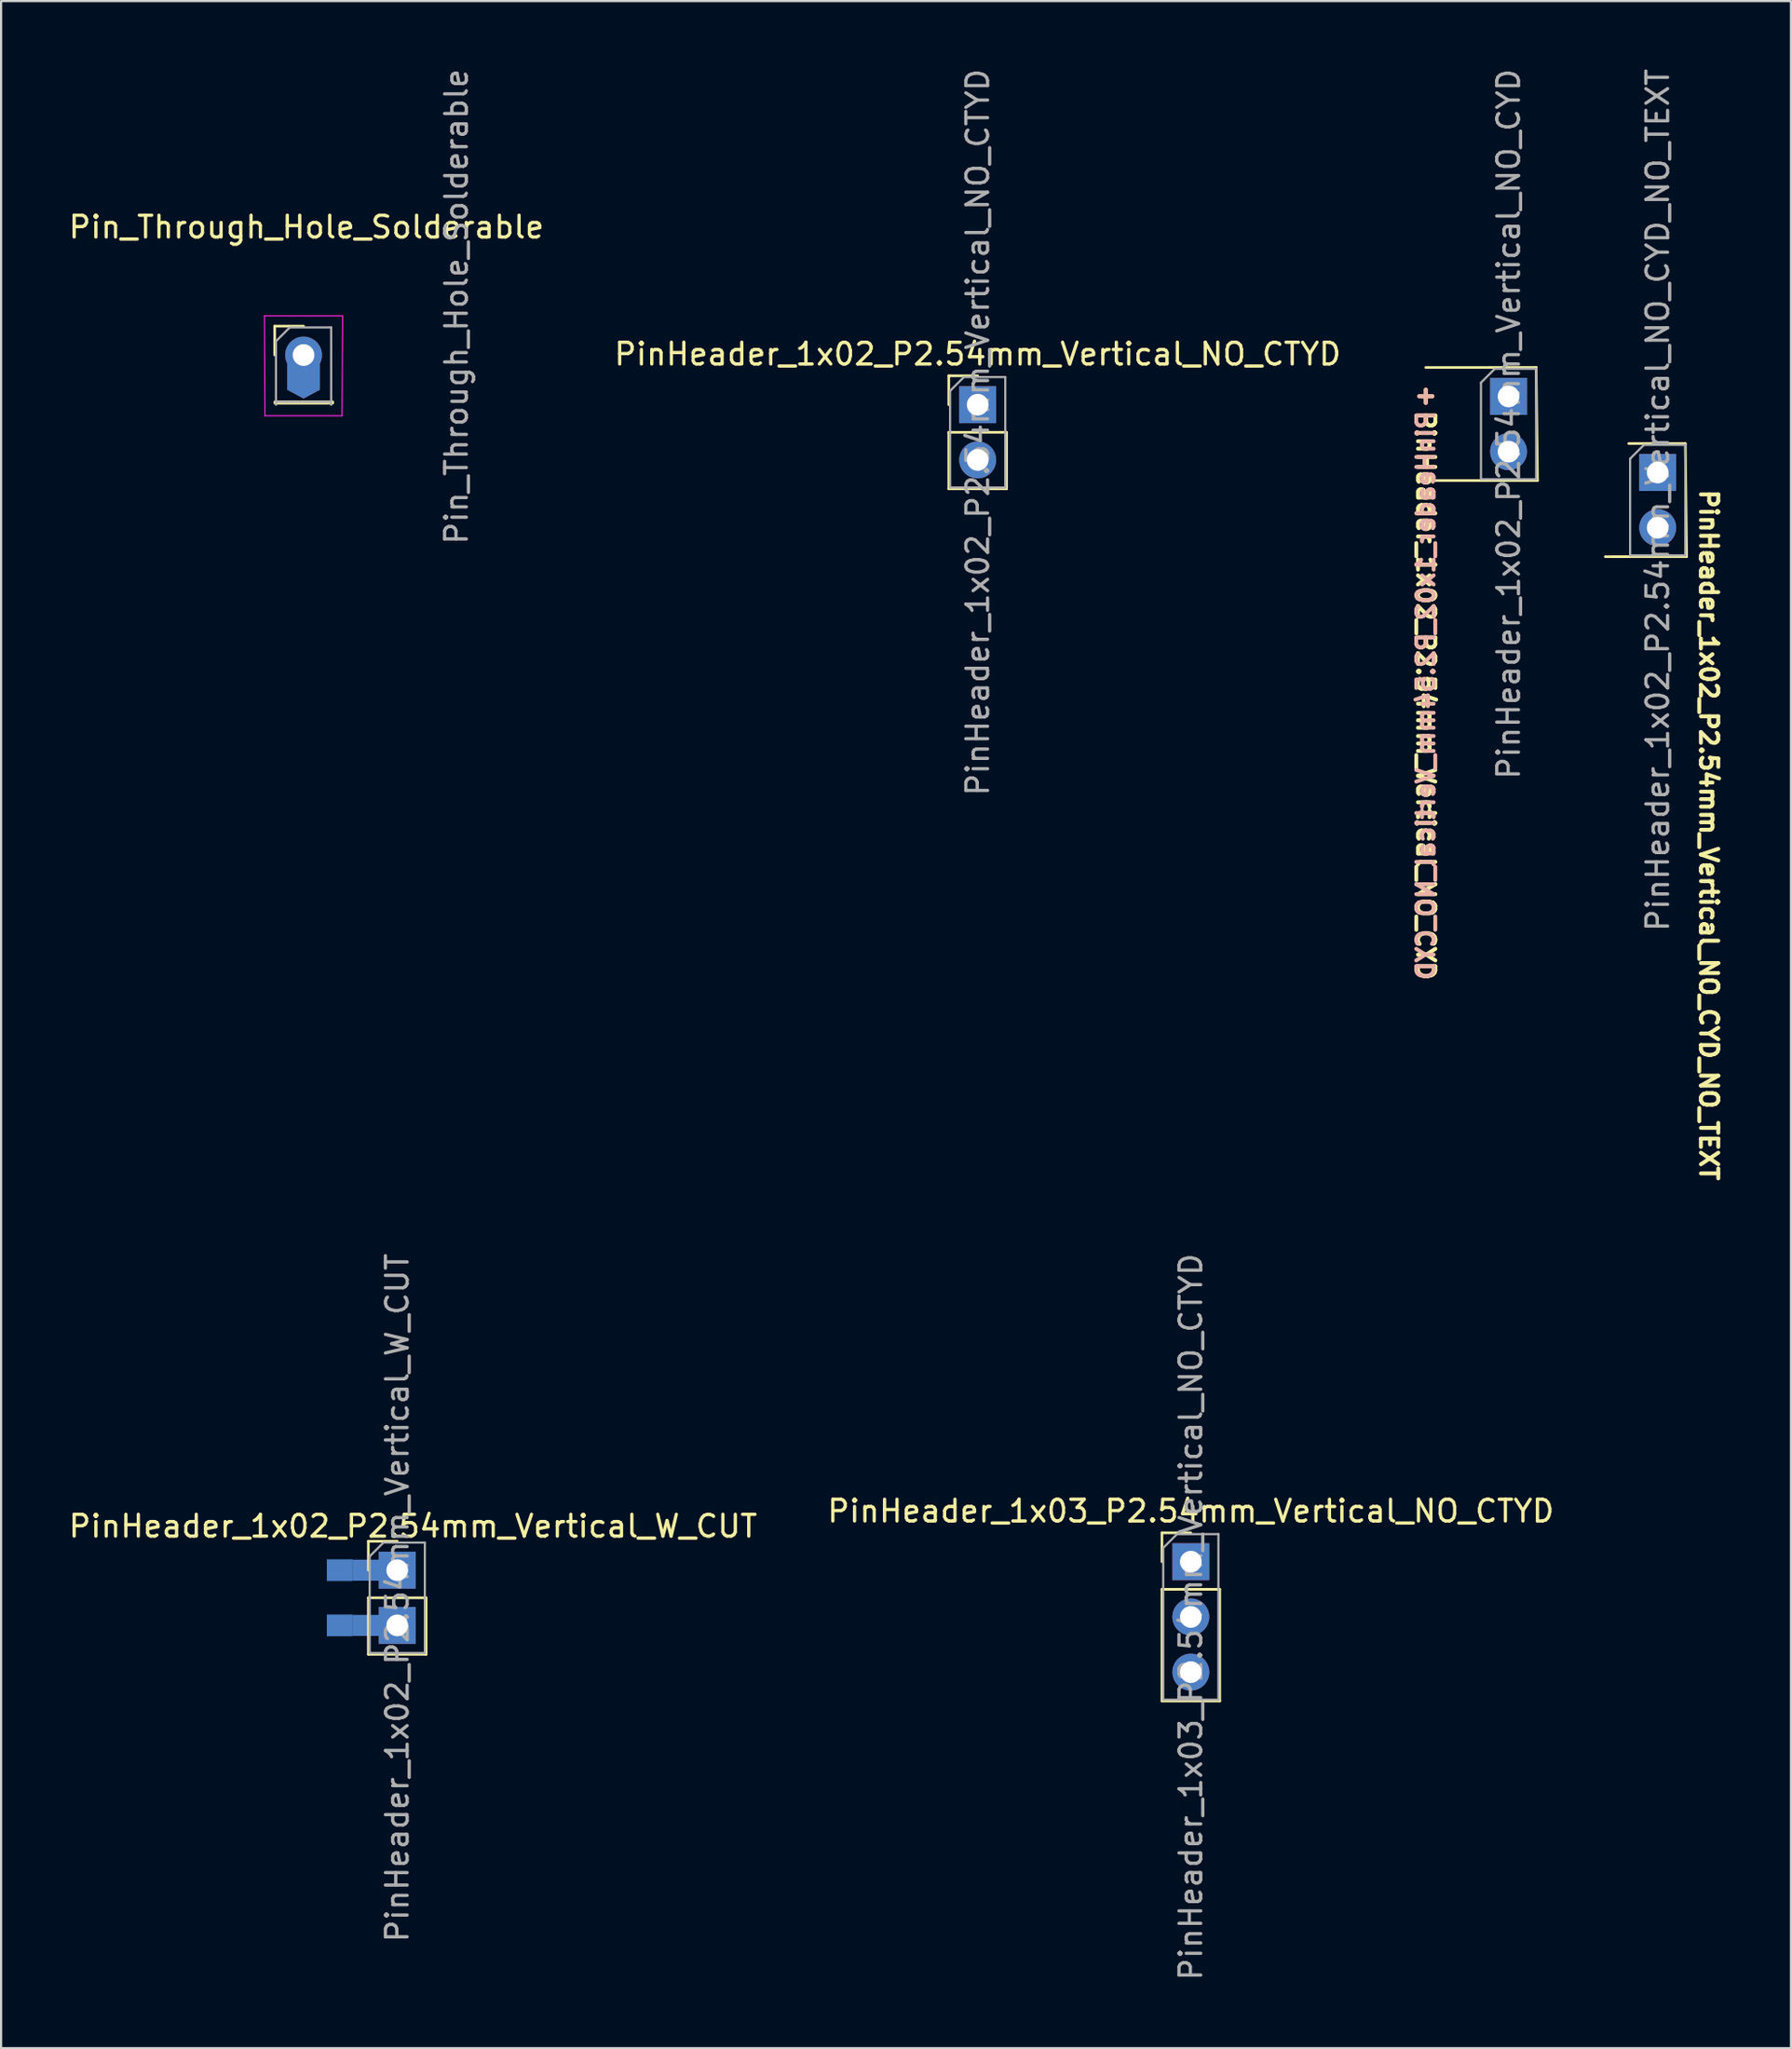
<source format=kicad_pcb>
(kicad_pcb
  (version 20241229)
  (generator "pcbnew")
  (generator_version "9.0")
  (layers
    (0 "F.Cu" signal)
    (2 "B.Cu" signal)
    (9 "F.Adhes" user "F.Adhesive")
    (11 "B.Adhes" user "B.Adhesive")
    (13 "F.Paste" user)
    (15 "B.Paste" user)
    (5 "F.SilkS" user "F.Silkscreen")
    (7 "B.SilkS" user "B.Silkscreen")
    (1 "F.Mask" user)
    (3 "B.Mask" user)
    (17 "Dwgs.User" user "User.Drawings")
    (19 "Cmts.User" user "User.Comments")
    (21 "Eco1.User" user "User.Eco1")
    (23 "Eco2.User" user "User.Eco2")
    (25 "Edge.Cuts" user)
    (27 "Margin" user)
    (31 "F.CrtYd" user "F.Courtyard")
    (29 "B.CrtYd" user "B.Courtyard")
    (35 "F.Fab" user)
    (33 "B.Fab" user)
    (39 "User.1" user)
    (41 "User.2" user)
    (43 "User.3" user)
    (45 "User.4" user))
  (footprint "PinHeader_1x02_P2.54mm_Vertical_NO_CYD_NO_TEXT"
    (layer "F.Cu")
    (at 73.243 18.688)
    (property "Reference" "PinHeader_1x02_P2.54mm_Vertical_NO_CYD_NO_TEXT" (at 2.349 0.699 270) (unlocked yes) (layer "F.SilkS") (effects (font (size 0.8 0.8) (thickness 0.18)) (justify left)))
    (attr through_hole)
    (fp_line (start -2.413 3.873) (end 1.33 3.87) (stroke (width 0.12) (type solid)) (layer "F.SilkS"))
    (fp_line (start -1.333 -1.333) (end 1.27 -1.333) (stroke (width 0.12) (type solid)) (layer "F.SilkS"))
    (fp_line (start 1.27 -1.333) (end 1.33 3.87) (stroke (width 0.12) (type solid)) (layer "F.SilkS"))
    (fp_line (start -1.27 -0.635) (end -0.635 -1.27) (stroke (width 0.1) (type solid)) (layer "F.Fab"))
    (fp_line (start -1.27 3.81) (end -1.27 -0.635) (stroke (width 0.1) (type solid)) (layer "F.Fab"))
    (fp_line (start -0.635 -1.27) (end 1.27 -1.27) (stroke (width 0.1) (type solid)) (layer "F.Fab"))
    (fp_line (start 1.27 -1.27) (end 1.27 3.81) (stroke (width 0.1) (type solid)) (layer "F.Fab"))
    (fp_line (start 1.27 3.81) (end -1.27 3.81) (stroke (width 0.1) (type solid)) (layer "F.Fab"))
    (fp_text user "${REFERENCE}" (at 0 1.27 270) (layer "F.Fab") (effects (font (size 1 1) (thickness 0.15))))
    (pad "1" thru_hole rect (at 0 0) (size 1.7 1.7) (drill 1) (layers "*.Cu" "*.Mask"))
    (pad "2" thru_hole oval (at 0 2.54) (size 1.7 1.7) (drill 1) (layers "*.Cu" "*.Mask")))
  (footprint "PinHeader_1x02_P2.54mm_Vertical_W_CUT"
    (layer "F.Cu")
    (at 15.233 69.189)
    (property "Reference" "PinHeader_1x02_P2.54mm_Vertical_W_CUT" (at 0.725 -2.025 0) (layer "F.SilkS") (effects (font (size 1 1) (thickness 0.15))))
    (fp_rect (start -0.84 -0.425) (end -1.99 0.425) (stroke (width 0.12) (type solid)) (fill yes) (layer "B.Cu"))
    (fp_rect (start -0.79 2.115) (end -1.99 2.965) (stroke (width 0.12) (type solid)) (fill yes) (layer "B.Cu"))
    (fp_rect (start -1.365 -0.425) (end -2.04 0.425) (stroke (width 0.12) (type solid)) (fill yes) (layer "B.Mask"))
    (fp_rect (start -1.365 2.115) (end -2.04 2.965) (stroke (width 0.12) (type solid)) (fill yes) (layer "B.Mask"))
    (fp_line (start -1.33 -1.33) (end 0 -1.33) (stroke (width 0.12) (type solid)) (layer "F.SilkS"))
    (fp_line (start -1.33 0) (end -1.33 -1.33) (stroke (width 0.12) (type solid)) (layer "F.SilkS"))
    (fp_line (start -1.33 1.27) (end -1.33 3.87) (stroke (width 0.12) (type solid)) (layer "F.SilkS"))
    (fp_line (start -1.33 1.27) (end 1.33 1.27) (stroke (width 0.12) (type solid)) (layer "F.SilkS"))
    (fp_line (start -1.33 3.87) (end 1.33 3.87) (stroke (width 0.12) (type solid)) (layer "F.SilkS"))
    (fp_line (start 1.33 1.27) (end 1.33 3.87) (stroke (width 0.12) (type solid)) (layer "F.SilkS"))
    (fp_line (start -1.27 -0.635) (end -0.635 -1.27) (stroke (width 0.1) (type solid)) (layer "F.Fab"))
    (fp_line (start -1.27 3.81) (end -1.27 -0.635) (stroke (width 0.1) (type solid)) (layer "F.Fab"))
    (fp_line (start -0.635 -1.27) (end 1.27 -1.27) (stroke (width 0.1) (type solid)) (layer "F.Fab"))
    (fp_line (start 1.27 -1.27) (end 1.27 3.81) (stroke (width 0.1) (type solid)) (layer "F.Fab"))
    (fp_line (start 1.27 3.81) (end -1.27 3.81) (stroke (width 0.1) (type solid)) (layer "F.Fab"))
    (fp_text user "${REFERENCE}" (at 0 1.27 90) (layer "F.Fab") (effects (font (size 1 1) (thickness 0.15))))
    (pad "1" thru_hole rect (at 0 0) (size 1.7 1.7) (drill 1) (layers "*.Cu" "*.Mask"))
    (pad "2" smd rect (at -2.64 0) (size 1.2 1) (layers "B.Cu" "B.Mask"))
    (pad "3" thru_hole rect (at 0 2.54) (size 1.7 1.7) (drill 1) (layers "*.Cu" "*.Mask"))
    (pad "4" smd rect (at -2.64 2.54) (size 1.2 1) (layers "B.Cu" "B.Mask")))
  (footprint "PinHeader_1x03_P2.54mm_Vertical_NO_CTYD"
    (layer "F.Cu")
    (at 51.756 68.799)
    (property "Reference" "PinHeader_1x03_P2.54mm_Vertical_NO_CTYD" (at 0 -2.33 0) (layer "F.SilkS") (effects (font (size 1 1) (thickness 0.15))))
    (attr through_hole)
    (fp_line (start -1.33 -1.33) (end 0 -1.33) (stroke (width 0.12) (type solid)) (layer "F.SilkS"))
    (fp_line (start -1.33 0) (end -1.33 -1.33) (stroke (width 0.12) (type solid)) (layer "F.SilkS"))
    (fp_line (start -1.33 1.27) (end -1.33 6.41) (stroke (width 0.12) (type solid)) (layer "F.SilkS"))
    (fp_line (start -1.33 1.27) (end 1.33 1.27) (stroke (width 0.12) (type solid)) (layer "F.SilkS"))
    (fp_line (start -1.33 6.41) (end 1.33 6.41) (stroke (width 0.12) (type solid)) (layer "F.SilkS"))
    (fp_line (start 1.33 1.27) (end 1.33 6.41) (stroke (width 0.12) (type solid)) (layer "F.SilkS"))
    (fp_line (start -1.27 -0.635) (end -0.635 -1.27) (stroke (width 0.1) (type solid)) (layer "F.Fab"))
    (fp_line (start -1.27 6.35) (end -1.27 -0.635) (stroke (width 0.1) (type solid)) (layer "F.Fab"))
    (fp_line (start -0.635 -1.27) (end 1.27 -1.27) (stroke (width 0.1) (type solid)) (layer "F.Fab"))
    (fp_line (start 1.27 -1.27) (end 1.27 6.35) (stroke (width 0.1) (type solid)) (layer "F.Fab"))
    (fp_line (start 1.27 6.35) (end -1.27 6.35) (stroke (width 0.1) (type solid)) (layer "F.Fab"))
    (fp_text user "${REFERENCE}" (at 0 2.54 90) (layer "F.Fab") (effects (font (size 1 1) (thickness 0.15))))
    (pad "1" thru_hole rect (at 0 0) (size 1.7 1.7) (drill 1) (layers "*.Cu" "*.Mask"))
    (pad "2" thru_hole oval (at 0 2.54) (size 1.7 1.7) (drill 1) (layers "*.Cu" "*.Mask"))
    (pad "3" thru_hole oval (at 0 5.08) (size 1.7 1.7) (drill 1) (layers "*.Cu" "*.Mask")))
  (footprint "Pin_Through_Hole_Solderable"
    (layer "F.Cu")
    (at 10.921 13.284)
    (property "Reference" "Pin_Through_Hole_Solderable" (at 0.132 -5.888 0) (layer "F.SilkS") (effects (font (size 1 1) (thickness 0.15))))
    (attr through_hole)
    (fp_line (start -1.33 -1.33) (end 0 -1.33) (stroke (width 0.12) (type solid)) (layer "F.SilkS"))
    (fp_line (start -1.33 0) (end -1.33 -1.33) (stroke (width 0.12) (type solid)) (layer "F.SilkS"))
    (fp_line (start -1.32 2.154) (end 1.34 2.154) (stroke (width 0.12) (type solid)) (layer "F.SilkS"))
    (fp_line (start -1.32 2.214) (end 1.34 2.214) (stroke (width 0.12) (type solid)) (layer "F.SilkS"))
    (fp_line (start -1.8 -1.8) (end -1.778 2.794) (stroke (width 0.05) (type solid)) (layer "F.CrtYd"))
    (fp_line (start -1.778 2.794) (end 1.768 2.794) (stroke (width 0.05) (type solid)) (layer "F.CrtYd"))
    (fp_line (start 1.768 2.794) (end 1.8 -1.8) (stroke (width 0.05) (type solid)) (layer "F.CrtYd"))
    (fp_line (start 1.8 -1.8) (end -1.8 -1.8) (stroke (width 0.05) (type solid)) (layer "F.CrtYd"))
    (fp_line (start -1.27 -0.635) (end -0.635 -1.27) (stroke (width 0.1) (type solid)) (layer "F.Fab"))
    (fp_line (start -1.27 2.286) (end -1.27 -0.635) (stroke (width 0.1) (type solid)) (layer "F.Fab"))
    (fp_line (start -0.635 -1.27) (end 1.27 -1.27) (stroke (width 0.1) (type solid)) (layer "F.Fab"))
    (fp_line (start 1.27 -1.27) (end 1.27 2.286) (stroke (width 0.1) (type solid)) (layer "F.Fab"))
    (fp_line (start 1.28 2.154) (end -1.26 2.154) (stroke (width 0.1) (type solid)) (layer "F.Fab"))
    (fp_text user "${REFERENCE}" (at 7.036 -2.23 90) (layer "F.Fab") (effects (font (size 1 1) (thickness 0.15))))
    (pad "1" thru_hole custom (at 0 0 90) (size 1.7 1.7) (drill 1) (layers "*.Cu" "*.Mask") (options (anchor circle)) (primitives (gr_poly (pts (xy -1.6 -0.75) (xy 0.25 -0.75) (xy 0.25 0.75) (xy -1.6 0.75) (xy -2 0)) (width 0) (fill yes)))))
  (footprint "PinHeader_1x02_P2.54mm_Vertical_NO_CTYD"
    (layer "F.Cu")
    (at 41.946 15.569)
    (property "Reference" "PinHeader_1x02_P2.54mm_Vertical_NO_CTYD" (at 0 -2.33 0) (layer "F.SilkS") (effects (font (size 1 1) (thickness 0.15))))
    (attr through_hole)
    (fp_line (start -1.33 -1.33) (end 0 -1.33) (stroke (width 0.12) (type solid)) (layer "F.SilkS"))
    (fp_line (start -1.33 0) (end -1.33 -1.33) (stroke (width 0.12) (type solid)) (layer "F.SilkS"))
    (fp_line (start -1.33 1.27) (end -1.33 3.87) (stroke (width 0.12) (type solid)) (layer "F.SilkS"))
    (fp_line (start -1.33 1.27) (end 1.33 1.27) (stroke (width 0.12) (type solid)) (layer "F.SilkS"))
    (fp_line (start -1.33 3.87) (end 1.33 3.87) (stroke (width 0.12) (type solid)) (layer "F.SilkS"))
    (fp_line (start 1.33 1.27) (end 1.33 3.87) (stroke (width 0.12) (type solid)) (layer "F.SilkS"))
    (fp_line (start -1.27 -0.635) (end -0.635 -1.27) (stroke (width 0.1) (type solid)) (layer "F.Fab"))
    (fp_line (start -1.27 3.81) (end -1.27 -0.635) (stroke (width 0.1) (type solid)) (layer "F.Fab"))
    (fp_line (start -0.635 -1.27) (end 1.27 -1.27) (stroke (width 0.1) (type solid)) (layer "F.Fab"))
    (fp_line (start 1.27 -1.27) (end 1.27 3.81) (stroke (width 0.1) (type solid)) (layer "F.Fab"))
    (fp_line (start 1.27 3.81) (end -1.27 3.81) (stroke (width 0.1) (type solid)) (layer "F.Fab"))
    (fp_text user "${REFERENCE}" (at 0 1.27 90) (layer "F.Fab") (effects (font (size 1 1) (thickness 0.15))))
    (pad "1" thru_hole rect (at 0 0) (size 1.7 1.7) (drill 1) (layers "*.Cu" "*.Mask"))
    (pad "2" thru_hole oval (at 0 2.54) (size 1.7 1.7) (drill 1) (layers "*.Cu" "*.Mask")))
  (footprint "PinHeader_1x02_P2.54mm_Vertical_NO_CYD"
    (layer "F.Cu")
    (at 66.38 15.188)
    (property "Reference" "PinHeader_1x02_P2.54mm_Vertical_NO_CYD" (at -3.81 0.572 270) (unlocked yes) (layer "F.SilkS") (effects (font (size 0.8 0.8) (thickness 0.18)) (justify left)))
    (attr through_hole)
    (fp_line (start -3.87 3.87) (end 1.33 3.87) (stroke (width 0.12) (type solid)) (layer "F.SilkS"))
    (fp_line (start -3.81 -1.33) (end 1.27 -1.333) (stroke (width 0.12) (type solid)) (layer "F.SilkS"))
    (fp_line (start 1.27 -1.333) (end 1.33 3.87) (stroke (width 0.12) (type solid)) (layer "F.SilkS"))
    (fp_line (start -1.27 -0.635) (end -0.635 -1.27) (stroke (width 0.1) (type solid)) (layer "F.Fab"))
    (fp_line (start -1.27 3.81) (end -1.27 -0.635) (stroke (width 0.1) (type solid)) (layer "F.Fab"))
    (fp_line (start -0.635 -1.27) (end 1.27 -1.27) (stroke (width 0.1) (type solid)) (layer "F.Fab"))
    (fp_line (start 1.27 -1.27) (end 1.27 3.81) (stroke (width 0.1) (type solid)) (layer "F.Fab"))
    (fp_line (start 1.27 3.81) (end -1.27 3.81) (stroke (width 0.1) (type solid)) (layer "F.Fab"))
    (fp_text user "+" (at -3.81 -0.064 180) (layer "F.SilkS") (effects (font (size 0.8 0.8) (thickness 0.18))))
    (fp_text user "${REFERENCE}" (at -3.81 0.572 90) (unlocked yes) (layer "B.SilkS") (effects (font (size 0.8 0.8) (thickness 0.18)) (justify left mirror)))
    (fp_text user "+" (at -3.81 -0.064 180) (layer "B.SilkS") (effects (font (size 0.8 0.8) (thickness 0.18)) (justify mirror)))
    (fp_text user "${REFERENCE}" (at 0 1.27 270) (layer "F.Fab") (effects (font (size 1 1) (thickness 0.15))))
    (pad "1" thru_hole rect (at 0 0) (size 1.7 1.7) (drill 1) (layers "*.Cu" "*.Mask"))
    (pad "2" thru_hole oval (at 0 2.54) (size 1.7 1.7) (drill 1) (layers "*.Cu" "*.Mask")))
  (gr_rect
    (start -3 -3)
    (end 79.376 91.179)
    (stroke (width 0.1) (type default))
    (fill no)
    (layer "Edge.Cuts")))
</source>
